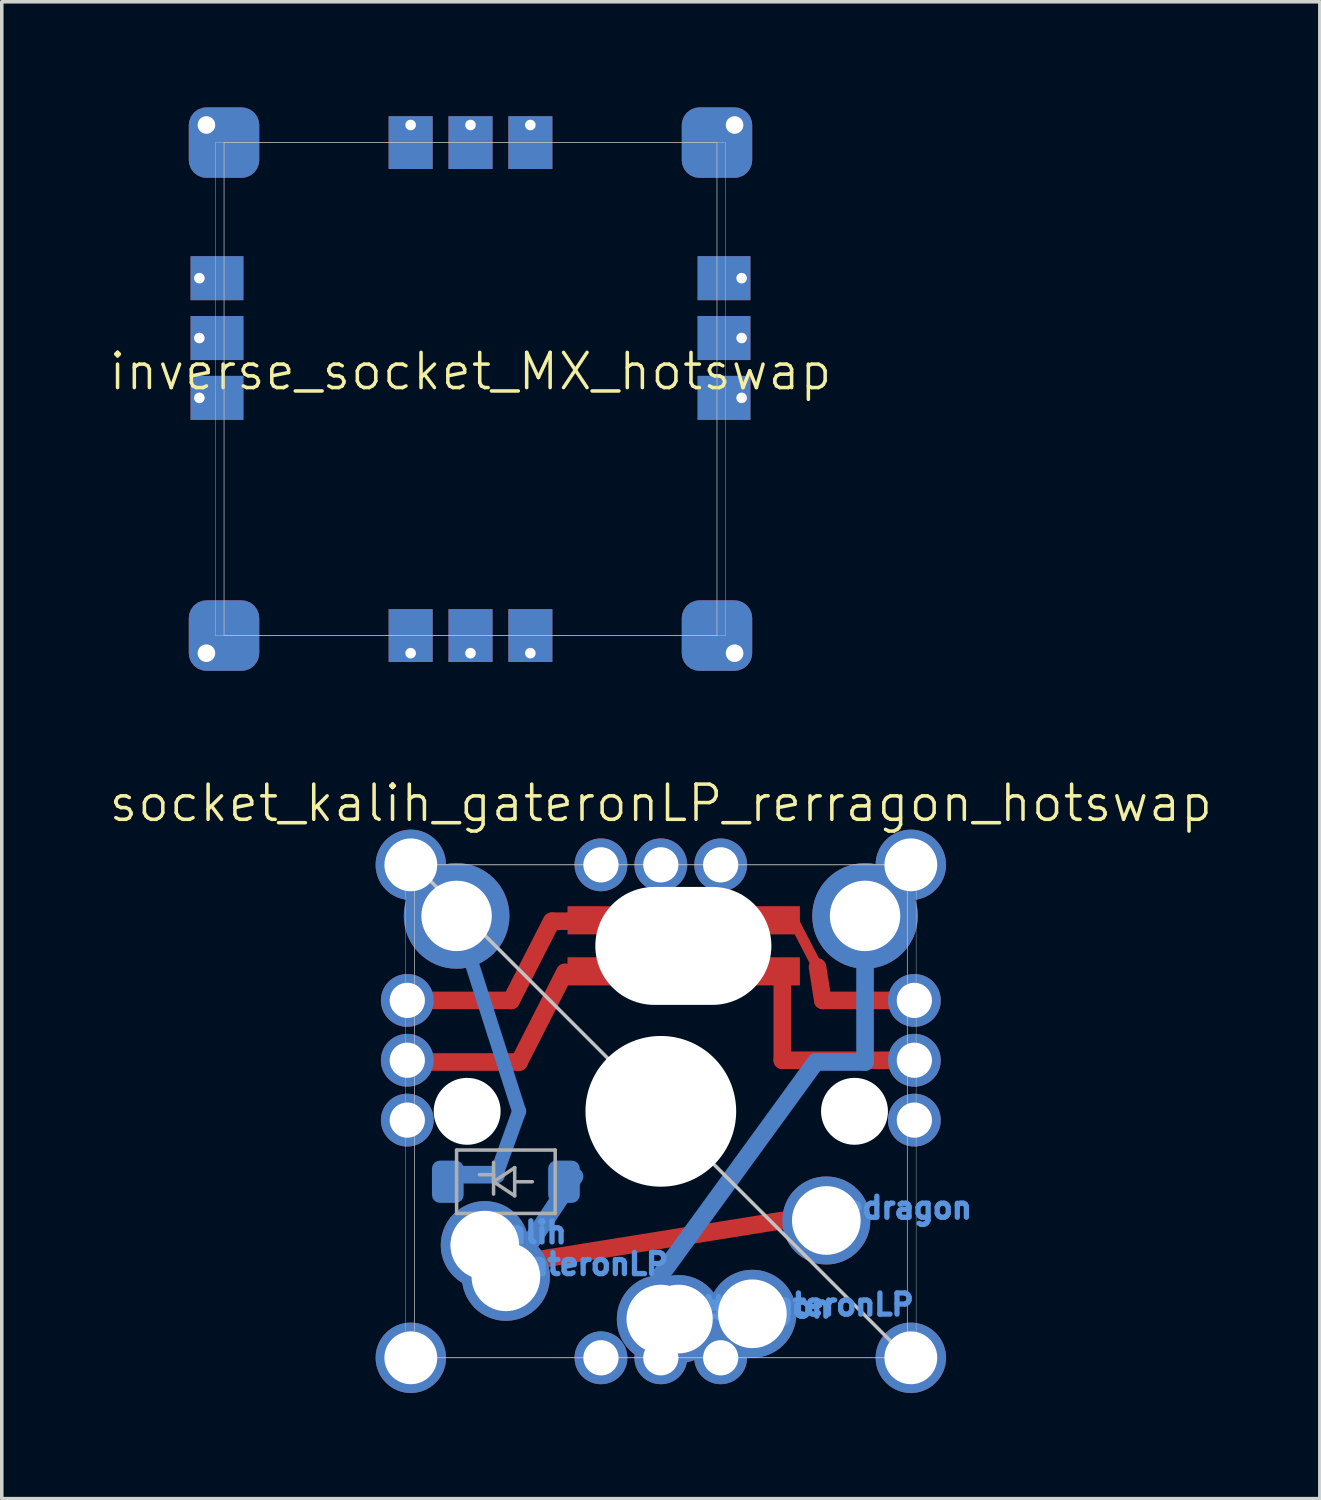
<source format=kicad_pcb>
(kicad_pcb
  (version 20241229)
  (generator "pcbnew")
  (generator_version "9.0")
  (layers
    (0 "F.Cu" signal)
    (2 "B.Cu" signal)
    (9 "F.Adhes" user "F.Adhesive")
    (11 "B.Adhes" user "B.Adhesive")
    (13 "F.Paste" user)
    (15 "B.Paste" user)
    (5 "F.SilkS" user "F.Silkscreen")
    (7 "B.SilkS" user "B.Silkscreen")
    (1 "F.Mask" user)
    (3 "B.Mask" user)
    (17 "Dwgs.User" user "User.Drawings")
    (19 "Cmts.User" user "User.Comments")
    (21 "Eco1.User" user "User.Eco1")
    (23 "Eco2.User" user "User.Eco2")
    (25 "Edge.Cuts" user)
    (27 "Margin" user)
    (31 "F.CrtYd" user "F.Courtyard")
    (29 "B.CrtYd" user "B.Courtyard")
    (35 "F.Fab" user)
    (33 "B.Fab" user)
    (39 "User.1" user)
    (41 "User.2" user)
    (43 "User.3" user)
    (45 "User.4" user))
  (footprint "inverse_socket_MX_hotswap"
    (layer "F.Cu")
    (at 10.312 8)
    (property "Reference" "inverse_socket_MX_hotswap" (at 0 -0.5 0) (unlocked yes) (layer "F.SilkS") (effects (font (size 1 1) (thickness 0.1))))
    (fp_line (start -6.999 -7) (end 7 -7) (stroke (width 0.02) (type solid)) (layer "Dwgs.User"))
    (fp_line (start -6.999 7) (end -6.999 -7) (stroke (width 0.02) (type solid)) (layer "Dwgs.User"))
    (fp_line (start 7 -7) (end 7 7) (stroke (width 0.02) (type solid)) (layer "Dwgs.User"))
    (fp_line (start 7 7) (end -6.999 7) (stroke (width 0.02) (type solid)) (layer "Dwgs.User"))
    (fp_line (start -7.25 -7) (end -7.25 7) (stroke (width 0.01) (type default)) (layer "Edge.Cuts"))
    (fp_line (start -7.25 7) (end 7.25 7) (stroke (width 0.01) (type default)) (layer "Edge.Cuts"))
    (fp_line (start 7.25 -7) (end -7.25 -7) (stroke (width 0.01) (type default)) (layer "Edge.Cuts"))
    (fp_line (start 7.25 7) (end 7.25 -7) (stroke (width 0.01) (type default)) (layer "Edge.Cuts"))
    (pad "" thru_hole rect (at -7.7 0.25) (size 1.5 1.25) (drill 0.3 (offset 0.5 0)) (layers "*.Cu" "*.Mask"))
    (pad "" thru_hole roundrect (at -7.5 7.5 90) (size 2 2) (drill 0.5 (offset 0.5 0.5)) (layers "*.Cu" "*.Mask") (roundrect_rratio 0.25))
    (pad "" thru_hole rect (at 0 -7.5 90) (size 1.5 1.25) (drill 0.3 (offset -0.5 0)) (layers "*.Cu" "*.Mask"))
    (pad "" thru_hole rect (at 0 7.5 90) (size 1.5 1.25) (drill 0.3 (offset 0.5 0)) (layers "*.Cu" "*.Mask"))
    (pad "" thru_hole rect (at 1.7 -7.5 90) (size 1.5 1.25) (drill 0.3 (offset -0.5 0)) (layers "*.Cu" "*.Mask"))
    (pad "" thru_hole rect (at 1.7 7.5 90) (size 1.5 1.25) (drill 0.3 (offset 0.5 0)) (layers "*.Cu" "*.Mask"))
    (pad "" thru_hole roundrect (at 7.5 7.5 90) (size 2 2) (drill 0.5 (offset 0.5 -0.5)) (layers "*.Cu" "*.Mask") (roundrect_rratio 0.25))
    (pad "" thru_hole rect (at 7.7 0.25) (size 1.5 1.25) (drill 0.3 (offset -0.5 0)) (layers "*.Cu" "*.Mask"))
    (pad "1" thru_hole roundrect (at -7.5 -7.5) (size 2 2) (drill 0.5 (offset 0.5 0.5)) (layers "*.Cu" "*.Mask") (roundrect_rratio 0.25))
    (pad "2" thru_hole roundrect (at 7.5 -7.5) (size 2 2) (drill 0.5 (offset -0.5 0.5)) (layers "*.Cu" "*.Mask") (roundrect_rratio 0.25))
    (pad "3" thru_hole rect (at 7.7 -3.15) (size 1.5 1.25) (drill 0.3 (offset -0.5 0)) (layers "*.Cu" "*.Mask"))
    (pad "4" thru_hole rect (at -7.7 -3.15) (size 1.5 1.25) (drill 0.3 (offset 0.5 0)) (layers "*.Cu" "*.Mask"))
    (pad "5" thru_hole rect (at -7.7 -1.45) (size 1.5 1.25) (drill 0.3 (offset 0.5 0)) (layers "*.Cu" "*.Mask"))
    (pad "6" thru_hole rect (at 7.7 -1.45) (size 1.5 1.25) (drill 0.3 (offset -0.5 0)) (layers "*.Cu" "*.Mask"))
    (pad "GND" thru_hole rect (at -1.7 -7.5 90) (size 1.5 1.25) (drill 0.3 (offset -0.5 0)) (layers "*.Cu" "*.Mask"))
    (pad "V" thru_hole rect (at -1.7 7.5 90) (size 1.5 1.25) (drill 0.3 (offset 0.5 0)) (layers "*.Cu" "*.Mask")))
  (footprint "socket_kalih_gateronLP_rerragon_hotswap"
    (layer "F.Cu")
    (at 15.717 28.511)
    (property "Reference" "socket_kalih_gateronLP_rerragon_hotswap" (at 0 -8.75 0) (unlocked yes) (layer "F.SilkS") (effects (font (size 1 1) (thickness 0.1))))
    (fp_line (start -4.25 -3.15) (end -6.775 -3.15) (stroke (width 0.5) (type default)) (layer "F.Cu"))
    (fp_line (start -4.025 -1.4) (end -6.9 -1.4) (stroke (width 0.5) (type default)) (layer "F.Cu"))
    (fp_line (start -3.1 -5.4) (end -4.25 -3.15) (stroke (width 0.5) (type default)) (layer "F.Cu"))
    (fp_line (start -2.725 -3.95) (end -4.025 -1.4) (stroke (width 0.5) (type default)) (layer "F.Cu"))
    (fp_line (start -2.425 -5.4) (end -3.075 -5.4) (stroke (width 0.5) (type default)) (layer "F.Cu"))
    (fp_line (start 3.45 -1.45) (end 3.45 -3.9) (stroke (width 0.5) (type default)) (layer "F.Cu"))
    (fp_line (start 3.45 3.1) (end -3.4 4.2) (stroke (width 0.5) (type default)) (layer "F.Cu"))
    (fp_line (start 4.45 -4.1) (end 3.75 -5.45) (stroke (width 0.3) (type default)) (layer "F.Cu"))
    (fp_line (start 4.6 -3.15) (end 4.45 -4.1) (stroke (width 0.5) (type default)) (layer "F.Cu"))
    (fp_line (start 6.725 -3.15) (end 4.6 -3.15) (stroke (width 0.5) (type default)) (layer "F.Cu"))
    (fp_line (start 7.2 -1.45) (end 3.45 -1.45) (stroke (width 0.5) (type default)) (layer "F.Cu"))
    (fp_line (start -4.675 1.8) (end -6.05 1.8) (stroke (width 0.5) (type default)) (layer "B.Cu"))
    (fp_line (start -4.675 1.8) (end -4.025 0) (stroke (width 0.4) (type default)) (layer "B.Cu"))
    (fp_line (start -4.025 0) (end -5.8 -5.55) (stroke (width 0.4) (type default)) (layer "B.Cu"))
    (fp_line (start -2.45 1.85) (end -3.75 3.8) (stroke (width 0.5) (type default)) (layer "B.Cu"))
    (fp_line (start 4.4 -1.4) (end 0 4.65) (stroke (width 0.5) (type default)) (layer "B.Cu"))
    (fp_line (start 5.8 -5.55) (end 5.8 -1.4) (stroke (width 0.5) (type default)) (layer "B.Cu"))
    (fp_line (start 5.8 -1.4) (end 4.4 -1.4) (stroke (width 0.5) (type default)) (layer "B.Cu"))
    (fp_line (start -7 -7) (end 7 7) (stroke (width 0.1) (type default)) (layer "Dwgs.User"))
    (fp_line (start -6.999 -7) (end 7 -7) (stroke (width 0.02) (type solid)) (layer "Dwgs.User"))
    (fp_line (start -6.999 7) (end -6.999 -7) (stroke (width 0.02) (type solid)) (layer "Dwgs.User"))
    (fp_line (start 7 -7) (end 7 7) (stroke (width 0.02) (type solid)) (layer "Dwgs.User"))
    (fp_line (start 7 7) (end -6.999 7) (stroke (width 0.02) (type solid)) (layer "Dwgs.User"))
    (fp_line (start -6.9 6.9) (end 6.9 6.9) (stroke (width 0.15) (type solid)) (layer "Eco2.User"))
    (fp_line (start -1.776 -3.09) (end -1.776 -6.29) (stroke (width 0.15) (type solid)) (layer "Eco2.User"))
    (fp_line (start -1.776 -3.09) (end 3.05 -3.09) (stroke (width 0.15) (type solid)) (layer "Eco2.User"))
    (fp_line (start 3.05 -6.29) (end -1.776 -6.29) (stroke (width 0.15) (type solid)) (layer "Eco2.User"))
    (fp_line (start 3.05 -3.09) (end 3.05 -6.29) (stroke (width 0.15) (type solid)) (layer "Eco2.User"))
    (fp_line (start 6.9 -6.9) (end 6.9 6.9) (stroke (width 0.15) (type solid)) (layer "Eco2.User"))
    (fp_line (start -7.25 -6.7) (end -7.25 6.7) (stroke (width 0.01) (type default)) (layer "Edge.Cuts"))
    (fp_line (start -6.95 7) (end 6.95 7) (stroke (width 0.01) (type default)) (layer "Edge.Cuts"))
    (fp_line (start 6.95 -7) (end -6.95 -7) (stroke (width 0.01) (type default)) (layer "Edge.Cuts"))
    (fp_line (start 7.25 6.7) (end 7.25 -6.7) (stroke (width 0.01) (type default)) (layer "Edge.Cuts"))
    (fp_arc (start -7.25 6.7) (mid -7.037868 6.787868) (end -6.95 7) (stroke (width 0.01) (type default)) (layer "Edge.Cuts"))
    (fp_arc (start -6.95 -7) (mid -7.037868 -6.787868) (end -7.25 -6.7) (stroke (width 0.01) (type default)) (layer "Edge.Cuts"))
    (fp_arc (start 6.95 7) (mid 7.037868 6.787868) (end 7.25 6.7) (stroke (width 0.01) (type default)) (layer "Edge.Cuts"))
    (fp_arc (start 7.25 -6.7) (mid 7.037868 -6.787868) (end 6.95 -7) (stroke (width 0.01) (type default)) (layer "Edge.Cuts"))
    (fp_line (start -5.8 1.1) (end -3 1.1) (stroke (width 0.1) (type solid)) (layer "F.Fab"))
    (fp_line (start -5.8 2.9) (end -5.8 1.1) (stroke (width 0.1) (type solid)) (layer "F.Fab"))
    (fp_line (start -5.15 1.8) (end -4.75 1.8) (stroke (width 0.1) (type solid)) (layer "F.Fab"))
    (fp_line (start -4.75 1.8) (end -4.75 2.35) (stroke (width 0.1) (type solid)) (layer "F.Fab"))
    (fp_line (start -4.75 2) (end -4.75 1.45) (stroke (width 0.1) (type solid)) (layer "F.Fab"))
    (fp_line (start -4.75 2) (end -4.15 1.6) (stroke (width 0.1) (type solid)) (layer "F.Fab"))
    (fp_line (start -4.15 1.6) (end -4.15 2.4) (stroke (width 0.1) (type solid)) (layer "F.Fab"))
    (fp_line (start -4.15 2) (end -3.65 2) (stroke (width 0.1) (type solid)) (layer "F.Fab"))
    (fp_line (start -4.15 2.4) (end -4.75 2) (stroke (width 0.1) (type solid)) (layer "F.Fab"))
    (fp_line (start -3 1.1) (end -3 2.9) (stroke (width 0.1) (type solid)) (layer "F.Fab"))
    (fp_line (start -3 2.9) (end -5.8 2.9) (stroke (width 0.1) (type solid)) (layer "F.Fab"))
    (fp_line (start -0.95 -6.1) (end 2.25 -6.1) (stroke (width 0.127) (type solid)) (layer "F.Fab"))
    (fp_line (start -0.95 -3.3) (end -0.95 -6.1) (stroke (width 0.127) (type solid)) (layer "F.Fab"))
    (fp_line (start 2.25 -6.1) (end 2.25 -3.3) (stroke (width 0.127) (type solid)) (layer "F.Fab"))
    (fp_line (start 2.25 -3.3) (end -0.95 -3.3) (stroke (width 0.127) (type solid)) (layer "F.Fab"))
    (fp_text user "gateronLP" (at 2.58 5.84 0) (unlocked yes) (layer "Cmts.User") (effects (font (size 0.6 0.6) (thickness 0.15)) (justify left bottom)))
    (fp_text user "redragon" (at 4.75 3.09 0) (unlocked yes) (layer "Cmts.User") (effects (font (size 0.6 0.6) (thickness 0.15)) (justify left bottom)))
    (fp_text user "kalih" (at -4.96 3.79 0) (unlocked yes) (layer "Cmts.User") (effects (font (size 0.6 0.6) (thickness 0.15)) (justify left bottom)))
    (fp_text user "gateronLP" (at -4.39 4.69 0) (unlocked yes) (layer "Cmts.User") (effects (font (size 0.6 0.6) (thickness 0.15)) (justify left bottom)))
    (fp_text user "redragon" (at 0.76 5.9 0) (unlocked yes) (layer "Cmts.User") (effects (font (size 0.6 0.6) (thickness 0.15)) (justify left bottom)))
    (fp_text user "kalih" (at -0.23 5.94 0) (unlocked yes) (layer "Cmts.User") (effects (font (size 0.6 0.6) (thickness 0.15)) (justify left bottom)))
    (pad "" thru_hole circle (at -7.2 0.25) (size 1.5 1.5) (drill 1) (layers "*.Cu" "*.Mask"))
    (pad "" thru_hole circle (at -7.1 7 90) (size 2 2) (drill 1.5) (layers "*.Cu" "*.Mask"))
    (pad "" smd roundrect (at -6.05 2) (size 0.9 1.2) (layers "B.Cu" "B.Mask" "B.Paste") (roundrect_rratio 0.25))
    (pad "" thru_hole circle (at -5.8 -5.55) (size 3 3) (drill 2) (layers "*.Cu" "*.Mask"))
    (pad "" np_thru_hole circle (at -5.5 0 180) (size 1.9 1.9) (drill 1.9) (layers "*.Cu" "*.Mask"))
    (pad "" thru_hole circle (at -5 3.8) (size 2.5 2.5) (drill 1.95) (layers "*.Cu" "*.Mask"))
    (pad "" thru_hole circle (at -4.4 4.7) (size 2.5 2.5) (drill 1.95) (layers "*.Cu" "*.Mask"))
    (pad "" smd roundrect (at -2.75 2) (size 0.9 1.2) (layers "B.Cu" "B.Mask" "B.Paste") (roundrect_rratio 0.25))
    (pad "" smd rect (at -1.95 -5.425) (size 1.4 0.8) (layers "*.Paste" "*.Mask" "F.Cu"))
    (pad "" smd rect (at -1.95 -3.975) (size 1.4 0.8) (layers "*.Paste" "*.Mask" "F.Cu"))
    (pad "" thru_hole circle (at -1.7 -7 90) (size 1.5 1.5) (drill 1) (layers "*.Cu" "*.Mask"))
    (pad "" thru_hole circle (at -1.7 7 90) (size 1.5 1.5) (drill 1) (layers "*.Cu" "*.Mask"))
    (pad "" thru_hole circle (at 0 -7 90) (size 1.5 1.5) (drill 1) (layers "*.Cu" "*.Mask"))
    (pad "" np_thru_hole circle (at 0 0) (size 4.28 4.28) (drill 4.28) (layers "*.Cu" "*.Mask"))
    (pad "" thru_hole circle (at 0 5.9) (size 2.5 2.5) (drill 1.95) (layers "*.Cu" "*.Mask"))
    (pad "" thru_hole circle (at 0 7 90) (size 1.5 1.5) (drill 1) (layers "*.Cu" "*.Mask"))
    (pad "" thru_hole circle (at 0.5 5.9) (size 2.5 2.5) (drill 1.95) (layers "*.Cu" "*.Mask"))
    (pad "" np_thru_hole oval (at 0.64 -4.698 180) (size 5 3.35) (drill oval 5 3.35) (layers "*.Cu" "*.Mask"))
    (pad "" np_thru_hole circle (at 0.65 -4.7) (size 3.3 3.3) (drill 3.3) (layers "*.Cu" "*.Mask"))
    (pad "" thru_hole circle (at 1.7 -7 90) (size 1.5 1.5) (drill 1) (layers "*.Cu" "*.Mask"))
    (pad "" thru_hole circle (at 1.7 7 90) (size 1.5 1.5) (drill 1) (layers "*.Cu" "*.Mask"))
    (pad "" thru_hole circle (at 2.6 5.75) (size 2.5 2.5) (drill 1.95) (layers "*.Cu" "*.Mask"))
    (pad "" smd rect (at 3.25 -5.425) (size 1.4 0.8) (layers "*.Paste" "*.Mask" "F.Cu"))
    (pad "" smd rect (at 3.25 -3.975) (size 1.4 0.8) (layers "*.Paste" "*.Mask" "F.Cu"))
    (pad "" thru_hole circle (at 4.7 3.1) (size 2.5 2.5) (drill 1.95) (layers "*.Cu" "*.Mask"))
    (pad "" np_thru_hole circle (at 5.5 0 180) (size 1.9 1.9) (drill 1.9) (layers "*.Cu" "*.Mask"))
    (pad "" thru_hole circle (at 5.8 -5.55) (size 3 3) (drill 2) (layers "*.Cu" "*.Mask"))
    (pad "" thru_hole circle (at 7.1 7 90) (size 2 2) (drill 1.5) (layers "*.Cu" "*.Mask"))
    (pad "" thru_hole circle (at 7.2 0.25) (size 1.5 1.5) (drill 1) (layers "*.Cu" "*.Mask"))
    (pad "1" thru_hole circle (at -7.1 -7) (size 2 2) (drill 1.5) (layers "*.Cu" "*.Mask"))
    (pad "2" thru_hole circle (at 7.1 -7) (size 2 2) (drill 1.5) (layers "*.Cu" "*.Mask"))
    (pad "3" thru_hole circle (at 7.2 -3.15) (size 1.5 1.5) (drill 1) (layers "*.Cu" "*.Mask"))
    (pad "4" thru_hole circle (at -7.2 -3.15) (size 1.5 1.5) (drill 1) (layers "*.Cu" "*.Mask"))
    (pad "5" thru_hole circle (at -7.2 -1.45) (size 1.5 1.5) (drill 1) (layers "*.Cu" "*.Mask"))
    (pad "6" thru_hole circle (at 7.2 -1.45) (size 1.5 1.5) (drill 1) (layers "*.Cu" "*.Mask")))
  (gr_rect
    (start -3 -3)
    (end 34.433 39.511)
    (stroke (width 0.1) (type default))
    (fill no)
    (layer "Edge.Cuts")))
</source>
